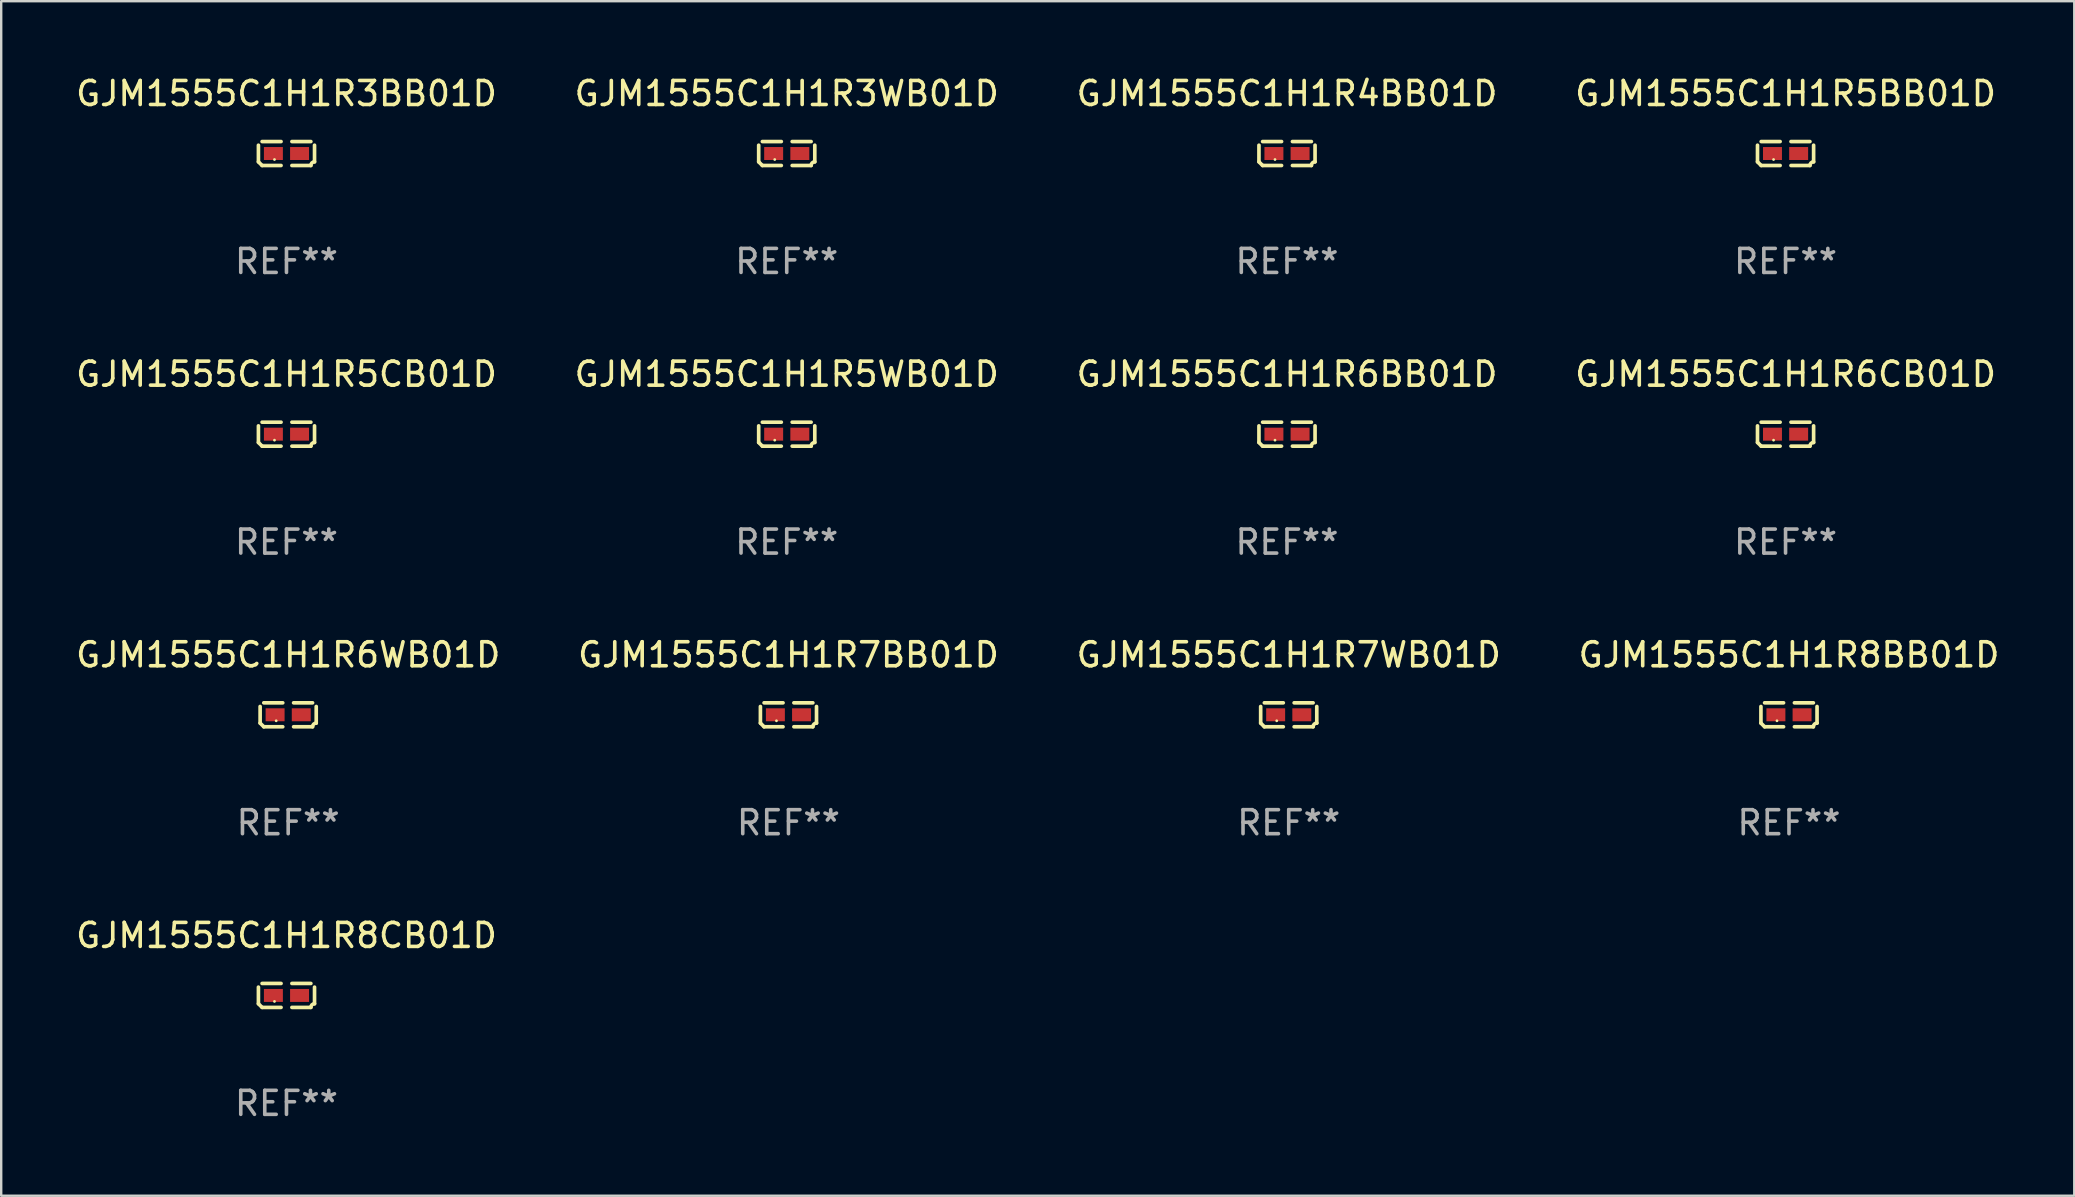
<source format=kicad_pcb>
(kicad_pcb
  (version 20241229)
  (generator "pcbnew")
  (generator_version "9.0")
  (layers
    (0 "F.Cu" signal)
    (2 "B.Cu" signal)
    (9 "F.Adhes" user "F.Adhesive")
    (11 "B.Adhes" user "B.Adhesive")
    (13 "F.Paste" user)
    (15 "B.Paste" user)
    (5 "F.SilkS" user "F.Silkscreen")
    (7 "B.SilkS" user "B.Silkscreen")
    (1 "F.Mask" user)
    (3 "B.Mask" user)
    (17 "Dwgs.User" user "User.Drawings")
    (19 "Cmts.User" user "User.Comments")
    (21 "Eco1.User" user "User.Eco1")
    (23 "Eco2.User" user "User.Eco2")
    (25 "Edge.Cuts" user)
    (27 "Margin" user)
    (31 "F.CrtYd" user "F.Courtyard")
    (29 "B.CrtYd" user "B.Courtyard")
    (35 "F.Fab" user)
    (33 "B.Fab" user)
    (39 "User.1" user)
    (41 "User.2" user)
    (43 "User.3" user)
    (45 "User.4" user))
  (footprint "GJM1555C1H1R8CB01D"
    (layer "F.Cu")
    (at 8.887 38.428)
    (property "Reference" "GJM1555C1H1R8CB01D" (at 0 -2.499 0) (layer "F.SilkS") (effects (font (size 1 1) (thickness 0.15))))
    (attr through_hole)
    (fp_line (start -1.169 0.346) (end -1.169 -0.346) (stroke (width 0.152) (type solid)) (layer "F.SilkS"))
    (fp_line (start -1.016 -0.499) (end -0.226 -0.499) (stroke (width 0.152) (type solid)) (layer "F.SilkS"))
    (fp_line (start -0.226 0.499) (end -1.016 0.499) (stroke (width 0.152) (type solid)) (layer "F.SilkS"))
    (fp_line (start 0.226 0.499) (end 1.016 0.499) (stroke (width 0.152) (type solid)) (layer "F.SilkS"))
    (fp_line (start 1.016 -0.499) (end 0.226 -0.499) (stroke (width 0.152) (type solid)) (layer "F.SilkS"))
    (fp_line (start 1.169 0.346) (end 1.169 -0.346) (stroke (width 0.152) (type solid)) (layer "F.SilkS"))
    (fp_arc (start -1.016307 0.498603) (mid -1.092512 0.422405) (end -1.16871 0.3462) (stroke (width 0.1524) (type solid)) (layer "F.SilkS"))
    (fp_arc (start 1.016307 0.498603) (mid 1.060899 0.390758) (end 1.168707 0.346076) (stroke (width 0.1524) (type solid)) (layer "F.SilkS"))
    (fp_circle (center -0.5 0.25) (end -0.47 0.25) (stroke (width 0.06) (type solid)) (fill no) (layer "F.SilkS"))
    (fp_text user "REF**" (at 0 4.499 0) (layer "F.Fab") (effects (font (size 1 1) (thickness 0.15))))
    (pad "1" smd rect (at -0.545 0) (size 0.79 0.54) (layers "F.Cu" "F.Mask" "F.Paste"))
    (pad "2" smd rect (at 0.545 0) (size 0.79 0.54) (layers "F.Cu" "F.Mask" "F.Paste")))
  (footprint "GJM1555C1H1R8BB01D"
    (layer "F.Cu")
    (at 71.494 26.734)
    (property "Reference" "GJM1555C1H1R8BB01D" (at 0 -2.499 0) (layer "F.SilkS") (effects (font (size 1 1) (thickness 0.15))))
    (attr through_hole)
    (fp_line (start -1.169 0.346) (end -1.169 -0.346) (stroke (width 0.152) (type solid)) (layer "F.SilkS"))
    (fp_line (start -1.016 -0.499) (end -0.226 -0.499) (stroke (width 0.152) (type solid)) (layer "F.SilkS"))
    (fp_line (start -0.226 0.499) (end -1.016 0.499) (stroke (width 0.152) (type solid)) (layer "F.SilkS"))
    (fp_line (start 0.226 0.499) (end 1.016 0.499) (stroke (width 0.152) (type solid)) (layer "F.SilkS"))
    (fp_line (start 1.016 -0.499) (end 0.226 -0.499) (stroke (width 0.152) (type solid)) (layer "F.SilkS"))
    (fp_line (start 1.169 0.346) (end 1.169 -0.346) (stroke (width 0.152) (type solid)) (layer "F.SilkS"))
    (fp_arc (start -1.016307 0.498603) (mid -1.092512 0.422405) (end -1.16871 0.3462) (stroke (width 0.1524) (type solid)) (layer "F.SilkS"))
    (fp_arc (start 1.016307 0.498603) (mid 1.060899 0.390758) (end 1.168707 0.346076) (stroke (width 0.1524) (type solid)) (layer "F.SilkS"))
    (fp_circle (center -0.5 0.25) (end -0.47 0.25) (stroke (width 0.06) (type solid)) (fill no) (layer "F.SilkS"))
    (fp_text user "REF**" (at 0 4.499 0) (layer "F.Fab") (effects (font (size 1 1) (thickness 0.15))))
    (pad "1" smd rect (at -0.545 0) (size 0.79 0.54) (layers "F.Cu" "F.Mask" "F.Paste"))
    (pad "2" smd rect (at 0.545 0) (size 0.79 0.54) (layers "F.Cu" "F.Mask" "F.Paste")))
  (footprint "GJM1555C1H1R3BB01D"
    (layer "F.Cu")
    (at 8.887 3.347)
    (property "Reference" "GJM1555C1H1R3BB01D" (at 0 -2.499 0) (layer "F.SilkS") (effects (font (size 1 1) (thickness 0.15))))
    (attr through_hole)
    (fp_line (start -1.169 0.346) (end -1.169 -0.346) (stroke (width 0.152) (type solid)) (layer "F.SilkS"))
    (fp_line (start -1.016 -0.499) (end -0.226 -0.499) (stroke (width 0.152) (type solid)) (layer "F.SilkS"))
    (fp_line (start -0.226 0.499) (end -1.016 0.499) (stroke (width 0.152) (type solid)) (layer "F.SilkS"))
    (fp_line (start 0.226 0.499) (end 1.016 0.499) (stroke (width 0.152) (type solid)) (layer "F.SilkS"))
    (fp_line (start 1.016 -0.499) (end 0.226 -0.499) (stroke (width 0.152) (type solid)) (layer "F.SilkS"))
    (fp_line (start 1.169 0.346) (end 1.169 -0.346) (stroke (width 0.152) (type solid)) (layer "F.SilkS"))
    (fp_arc (start -1.016307 0.498603) (mid -1.092512 0.422405) (end -1.16871 0.3462) (stroke (width 0.1524) (type solid)) (layer "F.SilkS"))
    (fp_arc (start 1.016307 0.498603) (mid 1.060899 0.390758) (end 1.168707 0.346076) (stroke (width 0.1524) (type solid)) (layer "F.SilkS"))
    (fp_circle (center -0.5 0.25) (end -0.47 0.25) (stroke (width 0.06) (type solid)) (fill no) (layer "F.SilkS"))
    (fp_text user "REF**" (at 0 4.499 0) (layer "F.Fab") (effects (font (size 1 1) (thickness 0.15))))
    (pad "1" smd rect (at -0.545 0) (size 0.79 0.54) (layers "F.Cu" "F.Mask" "F.Paste"))
    (pad "2" smd rect (at 0.545 0) (size 0.79 0.54) (layers "F.Cu" "F.Mask" "F.Paste")))
  (footprint "GJM1555C1H1R7WB01D"
    (layer "F.Cu")
    (at 50.649 26.734)
    (property "Reference" "GJM1555C1H1R7WB01D" (at 0 -2.499 0) (layer "F.SilkS") (effects (font (size 1 1) (thickness 0.15))))
    (attr through_hole)
    (fp_line (start -1.169 0.346) (end -1.169 -0.346) (stroke (width 0.152) (type solid)) (layer "F.SilkS"))
    (fp_line (start -1.016 -0.499) (end -0.226 -0.499) (stroke (width 0.152) (type solid)) (layer "F.SilkS"))
    (fp_line (start -0.226 0.499) (end -1.016 0.499) (stroke (width 0.152) (type solid)) (layer "F.SilkS"))
    (fp_line (start 0.226 0.499) (end 1.016 0.499) (stroke (width 0.152) (type solid)) (layer "F.SilkS"))
    (fp_line (start 1.016 -0.499) (end 0.226 -0.499) (stroke (width 0.152) (type solid)) (layer "F.SilkS"))
    (fp_line (start 1.169 0.346) (end 1.169 -0.346) (stroke (width 0.152) (type solid)) (layer "F.SilkS"))
    (fp_arc (start -1.016307 0.498603) (mid -1.092512 0.422405) (end -1.16871 0.3462) (stroke (width 0.1524) (type solid)) (layer "F.SilkS"))
    (fp_arc (start 1.016307 0.498603) (mid 1.060899 0.390758) (end 1.168707 0.346076) (stroke (width 0.1524) (type solid)) (layer "F.SilkS"))
    (fp_circle (center -0.5 0.25) (end -0.47 0.25) (stroke (width 0.06) (type solid)) (fill no) (layer "F.SilkS"))
    (fp_text user "REF**" (at 0 4.499 0) (layer "F.Fab") (effects (font (size 1 1) (thickness 0.15))))
    (pad "1" smd rect (at -0.545 0) (size 0.79 0.54) (layers "F.Cu" "F.Mask" "F.Paste"))
    (pad "2" smd rect (at 0.545 0) (size 0.79 0.54) (layers "F.Cu" "F.Mask" "F.Paste")))
  (footprint "GJM1555C1H1R3WB01D"
    (layer "F.Cu")
    (at 29.732 3.347)
    (property "Reference" "GJM1555C1H1R3WB01D" (at 0 -2.499 0) (layer "F.SilkS") (effects (font (size 1 1) (thickness 0.15))))
    (attr through_hole)
    (fp_line (start -1.169 0.346) (end -1.169 -0.346) (stroke (width 0.152) (type solid)) (layer "F.SilkS"))
    (fp_line (start -1.016 -0.499) (end -0.226 -0.499) (stroke (width 0.152) (type solid)) (layer "F.SilkS"))
    (fp_line (start -0.226 0.499) (end -1.016 0.499) (stroke (width 0.152) (type solid)) (layer "F.SilkS"))
    (fp_line (start 0.226 0.499) (end 1.016 0.499) (stroke (width 0.152) (type solid)) (layer "F.SilkS"))
    (fp_line (start 1.016 -0.499) (end 0.226 -0.499) (stroke (width 0.152) (type solid)) (layer "F.SilkS"))
    (fp_line (start 1.169 0.346) (end 1.169 -0.346) (stroke (width 0.152) (type solid)) (layer "F.SilkS"))
    (fp_arc (start -1.016307 0.498603) (mid -1.092512 0.422405) (end -1.16871 0.3462) (stroke (width 0.1524) (type solid)) (layer "F.SilkS"))
    (fp_arc (start 1.016307 0.498603) (mid 1.060899 0.390758) (end 1.168707 0.346076) (stroke (width 0.1524) (type solid)) (layer "F.SilkS"))
    (fp_circle (center -0.5 0.25) (end -0.47 0.25) (stroke (width 0.06) (type solid)) (fill no) (layer "F.SilkS"))
    (fp_text user "REF**" (at 0 4.499 0) (layer "F.Fab") (effects (font (size 1 1) (thickness 0.15))))
    (pad "1" smd rect (at -0.545 0) (size 0.79 0.54) (layers "F.Cu" "F.Mask" "F.Paste"))
    (pad "2" smd rect (at 0.545 0) (size 0.79 0.54) (layers "F.Cu" "F.Mask" "F.Paste")))
  (footprint "GJM1555C1H1R7BB01D"
    (layer "F.Cu")
    (at 29.804 26.734)
    (property "Reference" "GJM1555C1H1R7BB01D" (at 0 -2.499 0) (layer "F.SilkS") (effects (font (size 1 1) (thickness 0.15))))
    (attr through_hole)
    (fp_line (start -1.169 0.346) (end -1.169 -0.346) (stroke (width 0.152) (type solid)) (layer "F.SilkS"))
    (fp_line (start -1.016 -0.499) (end -0.226 -0.499) (stroke (width 0.152) (type solid)) (layer "F.SilkS"))
    (fp_line (start -0.226 0.499) (end -1.016 0.499) (stroke (width 0.152) (type solid)) (layer "F.SilkS"))
    (fp_line (start 0.226 0.499) (end 1.016 0.499) (stroke (width 0.152) (type solid)) (layer "F.SilkS"))
    (fp_line (start 1.016 -0.499) (end 0.226 -0.499) (stroke (width 0.152) (type solid)) (layer "F.SilkS"))
    (fp_line (start 1.169 0.346) (end 1.169 -0.346) (stroke (width 0.152) (type solid)) (layer "F.SilkS"))
    (fp_arc (start -1.016307 0.498603) (mid -1.092512 0.422405) (end -1.16871 0.3462) (stroke (width 0.1524) (type solid)) (layer "F.SilkS"))
    (fp_arc (start 1.016307 0.498603) (mid 1.060899 0.390758) (end 1.168707 0.346076) (stroke (width 0.1524) (type solid)) (layer "F.SilkS"))
    (fp_circle (center -0.5 0.25) (end -0.47 0.25) (stroke (width 0.06) (type solid)) (fill no) (layer "F.SilkS"))
    (fp_text user "REF**" (at 0 4.499 0) (layer "F.Fab") (effects (font (size 1 1) (thickness 0.15))))
    (pad "1" smd rect (at -0.545 0) (size 0.79 0.54) (layers "F.Cu" "F.Mask" "F.Paste"))
    (pad "2" smd rect (at 0.545 0) (size 0.79 0.54) (layers "F.Cu" "F.Mask" "F.Paste")))
  (footprint "GJM1555C1H1R6BB01D"
    (layer "F.Cu")
    (at 50.577 15.041)
    (property "Reference" "GJM1555C1H1R6BB01D" (at 0 -2.499 0) (layer "F.SilkS") (effects (font (size 1 1) (thickness 0.15))))
    (attr through_hole)
    (fp_line (start -1.169 0.346) (end -1.169 -0.346) (stroke (width 0.152) (type solid)) (layer "F.SilkS"))
    (fp_line (start -1.016 -0.499) (end -0.226 -0.499) (stroke (width 0.152) (type solid)) (layer "F.SilkS"))
    (fp_line (start -0.226 0.499) (end -1.016 0.499) (stroke (width 0.152) (type solid)) (layer "F.SilkS"))
    (fp_line (start 0.226 0.499) (end 1.016 0.499) (stroke (width 0.152) (type solid)) (layer "F.SilkS"))
    (fp_line (start 1.016 -0.499) (end 0.226 -0.499) (stroke (width 0.152) (type solid)) (layer "F.SilkS"))
    (fp_line (start 1.169 0.346) (end 1.169 -0.346) (stroke (width 0.152) (type solid)) (layer "F.SilkS"))
    (fp_arc (start -1.016307 0.498603) (mid -1.092512 0.422405) (end -1.16871 0.3462) (stroke (width 0.1524) (type solid)) (layer "F.SilkS"))
    (fp_arc (start 1.016307 0.498603) (mid 1.060899 0.390758) (end 1.168707 0.346076) (stroke (width 0.1524) (type solid)) (layer "F.SilkS"))
    (fp_circle (center -0.5 0.25) (end -0.47 0.25) (stroke (width 0.06) (type solid)) (fill no) (layer "F.SilkS"))
    (fp_text user "REF**" (at 0 4.499 0) (layer "F.Fab") (effects (font (size 1 1) (thickness 0.15))))
    (pad "1" smd rect (at -0.545 0) (size 0.79 0.54) (layers "F.Cu" "F.Mask" "F.Paste"))
    (pad "2" smd rect (at 0.545 0) (size 0.79 0.54) (layers "F.Cu" "F.Mask" "F.Paste")))
  (footprint "GJM1555C1H1R6CB01D"
    (layer "F.Cu")
    (at 71.351 15.041)
    (property "Reference" "GJM1555C1H1R6CB01D" (at 0 -2.499 0) (layer "F.SilkS") (effects (font (size 1 1) (thickness 0.15))))
    (attr through_hole)
    (fp_line (start -1.169 0.346) (end -1.169 -0.346) (stroke (width 0.152) (type solid)) (layer "F.SilkS"))
    (fp_line (start -1.016 -0.499) (end -0.226 -0.499) (stroke (width 0.152) (type solid)) (layer "F.SilkS"))
    (fp_line (start -0.226 0.499) (end -1.016 0.499) (stroke (width 0.152) (type solid)) (layer "F.SilkS"))
    (fp_line (start 0.226 0.499) (end 1.016 0.499) (stroke (width 0.152) (type solid)) (layer "F.SilkS"))
    (fp_line (start 1.016 -0.499) (end 0.226 -0.499) (stroke (width 0.152) (type solid)) (layer "F.SilkS"))
    (fp_line (start 1.169 0.346) (end 1.169 -0.346) (stroke (width 0.152) (type solid)) (layer "F.SilkS"))
    (fp_arc (start -1.016307 0.498603) (mid -1.092512 0.422405) (end -1.16871 0.3462) (stroke (width 0.1524) (type solid)) (layer "F.SilkS"))
    (fp_arc (start 1.016307 0.498603) (mid 1.060899 0.390758) (end 1.168707 0.346076) (stroke (width 0.1524) (type solid)) (layer "F.SilkS"))
    (fp_circle (center -0.5 0.25) (end -0.47 0.25) (stroke (width 0.06) (type solid)) (fill no) (layer "F.SilkS"))
    (fp_text user "REF**" (at 0 4.499 0) (layer "F.Fab") (effects (font (size 1 1) (thickness 0.15))))
    (pad "1" smd rect (at -0.545 0) (size 0.79 0.54) (layers "F.Cu" "F.Mask" "F.Paste"))
    (pad "2" smd rect (at 0.545 0) (size 0.79 0.54) (layers "F.Cu" "F.Mask" "F.Paste")))
  (footprint "GJM1555C1H1R4BB01D"
    (layer "F.Cu")
    (at 50.577 3.347)
    (property "Reference" "GJM1555C1H1R4BB01D" (at 0 -2.499 0) (layer "F.SilkS") (effects (font (size 1 1) (thickness 0.15))))
    (attr through_hole)
    (fp_line (start -1.169 0.346) (end -1.169 -0.346) (stroke (width 0.152) (type solid)) (layer "F.SilkS"))
    (fp_line (start -1.016 -0.499) (end -0.226 -0.499) (stroke (width 0.152) (type solid)) (layer "F.SilkS"))
    (fp_line (start -0.226 0.499) (end -1.016 0.499) (stroke (width 0.152) (type solid)) (layer "F.SilkS"))
    (fp_line (start 0.226 0.499) (end 1.016 0.499) (stroke (width 0.152) (type solid)) (layer "F.SilkS"))
    (fp_line (start 1.016 -0.499) (end 0.226 -0.499) (stroke (width 0.152) (type solid)) (layer "F.SilkS"))
    (fp_line (start 1.169 0.346) (end 1.169 -0.346) (stroke (width 0.152) (type solid)) (layer "F.SilkS"))
    (fp_arc (start -1.016307 0.498603) (mid -1.092512 0.422405) (end -1.16871 0.3462) (stroke (width 0.1524) (type solid)) (layer "F.SilkS"))
    (fp_arc (start 1.016307 0.498603) (mid 1.060899 0.390758) (end 1.168707 0.346076) (stroke (width 0.1524) (type solid)) (layer "F.SilkS"))
    (fp_circle (center -0.5 0.25) (end -0.47 0.25) (stroke (width 0.06) (type solid)) (fill no) (layer "F.SilkS"))
    (fp_text user "REF**" (at 0 4.499 0) (layer "F.Fab") (effects (font (size 1 1) (thickness 0.15))))
    (pad "1" smd rect (at -0.545 0) (size 0.79 0.54) (layers "F.Cu" "F.Mask" "F.Paste"))
    (pad "2" smd rect (at 0.545 0) (size 0.79 0.54) (layers "F.Cu" "F.Mask" "F.Paste")))
  (footprint "GJM1555C1H1R5CB01D"
    (layer "F.Cu")
    (at 8.887 15.041)
    (property "Reference" "GJM1555C1H1R5CB01D" (at 0 -2.499 0) (layer "F.SilkS") (effects (font (size 1 1) (thickness 0.15))))
    (attr through_hole)
    (fp_line (start -1.169 0.346) (end -1.169 -0.346) (stroke (width 0.152) (type solid)) (layer "F.SilkS"))
    (fp_line (start -1.016 -0.499) (end -0.226 -0.499) (stroke (width 0.152) (type solid)) (layer "F.SilkS"))
    (fp_line (start -0.226 0.499) (end -1.016 0.499) (stroke (width 0.152) (type solid)) (layer "F.SilkS"))
    (fp_line (start 0.226 0.499) (end 1.016 0.499) (stroke (width 0.152) (type solid)) (layer "F.SilkS"))
    (fp_line (start 1.016 -0.499) (end 0.226 -0.499) (stroke (width 0.152) (type solid)) (layer "F.SilkS"))
    (fp_line (start 1.169 0.346) (end 1.169 -0.346) (stroke (width 0.152) (type solid)) (layer "F.SilkS"))
    (fp_arc (start -1.016307 0.498603) (mid -1.092512 0.422405) (end -1.16871 0.3462) (stroke (width 0.1524) (type solid)) (layer "F.SilkS"))
    (fp_arc (start 1.016307 0.498603) (mid 1.060899 0.390758) (end 1.168707 0.346076) (stroke (width 0.1524) (type solid)) (layer "F.SilkS"))
    (fp_circle (center -0.5 0.25) (end -0.47 0.25) (stroke (width 0.06) (type solid)) (fill no) (layer "F.SilkS"))
    (fp_text user "REF**" (at 0 4.499 0) (layer "F.Fab") (effects (font (size 1 1) (thickness 0.15))))
    (pad "1" smd rect (at -0.545 0) (size 0.79 0.54) (layers "F.Cu" "F.Mask" "F.Paste"))
    (pad "2" smd rect (at 0.545 0) (size 0.79 0.54) (layers "F.Cu" "F.Mask" "F.Paste")))
  (footprint "GJM1555C1H1R5WB01D"
    (layer "F.Cu")
    (at 29.732 15.041)
    (property "Reference" "GJM1555C1H1R5WB01D" (at 0 -2.499 0) (layer "F.SilkS") (effects (font (size 1 1) (thickness 0.15))))
    (attr through_hole)
    (fp_line (start -1.169 0.346) (end -1.169 -0.346) (stroke (width 0.152) (type solid)) (layer "F.SilkS"))
    (fp_line (start -1.016 -0.499) (end -0.226 -0.499) (stroke (width 0.152) (type solid)) (layer "F.SilkS"))
    (fp_line (start -0.226 0.499) (end -1.016 0.499) (stroke (width 0.152) (type solid)) (layer "F.SilkS"))
    (fp_line (start 0.226 0.499) (end 1.016 0.499) (stroke (width 0.152) (type solid)) (layer "F.SilkS"))
    (fp_line (start 1.016 -0.499) (end 0.226 -0.499) (stroke (width 0.152) (type solid)) (layer "F.SilkS"))
    (fp_line (start 1.169 0.346) (end 1.169 -0.346) (stroke (width 0.152) (type solid)) (layer "F.SilkS"))
    (fp_arc (start -1.016307 0.498603) (mid -1.092512 0.422405) (end -1.16871 0.3462) (stroke (width 0.1524) (type solid)) (layer "F.SilkS"))
    (fp_arc (start 1.016307 0.498603) (mid 1.060899 0.390758) (end 1.168707 0.346076) (stroke (width 0.1524) (type solid)) (layer "F.SilkS"))
    (fp_circle (center -0.5 0.25) (end -0.47 0.25) (stroke (width 0.06) (type solid)) (fill no) (layer "F.SilkS"))
    (fp_text user "REF**" (at 0 4.499 0) (layer "F.Fab") (effects (font (size 1 1) (thickness 0.15))))
    (pad "1" smd rect (at -0.545 0) (size 0.79 0.54) (layers "F.Cu" "F.Mask" "F.Paste"))
    (pad "2" smd rect (at 0.545 0) (size 0.79 0.54) (layers "F.Cu" "F.Mask" "F.Paste")))
  (footprint "GJM1555C1H1R5BB01D"
    (layer "F.Cu")
    (at 71.351 3.347)
    (property "Reference" "GJM1555C1H1R5BB01D" (at 0 -2.499 0) (layer "F.SilkS") (effects (font (size 1 1) (thickness 0.15))))
    (attr through_hole)
    (fp_line (start -1.169 0.346) (end -1.169 -0.346) (stroke (width 0.152) (type solid)) (layer "F.SilkS"))
    (fp_line (start -1.016 -0.499) (end -0.226 -0.499) (stroke (width 0.152) (type solid)) (layer "F.SilkS"))
    (fp_line (start -0.226 0.499) (end -1.016 0.499) (stroke (width 0.152) (type solid)) (layer "F.SilkS"))
    (fp_line (start 0.226 0.499) (end 1.016 0.499) (stroke (width 0.152) (type solid)) (layer "F.SilkS"))
    (fp_line (start 1.016 -0.499) (end 0.226 -0.499) (stroke (width 0.152) (type solid)) (layer "F.SilkS"))
    (fp_line (start 1.169 0.346) (end 1.169 -0.346) (stroke (width 0.152) (type solid)) (layer "F.SilkS"))
    (fp_arc (start -1.016307 0.498603) (mid -1.092512 0.422405) (end -1.16871 0.3462) (stroke (width 0.1524) (type solid)) (layer "F.SilkS"))
    (fp_arc (start 1.016307 0.498603) (mid 1.060899 0.390758) (end 1.168707 0.346076) (stroke (width 0.1524) (type solid)) (layer "F.SilkS"))
    (fp_circle (center -0.5 0.25) (end -0.47 0.25) (stroke (width 0.06) (type solid)) (fill no) (layer "F.SilkS"))
    (fp_text user "REF**" (at 0 4.499 0) (layer "F.Fab") (effects (font (size 1 1) (thickness 0.15))))
    (pad "1" smd rect (at -0.545 0) (size 0.79 0.54) (layers "F.Cu" "F.Mask" "F.Paste"))
    (pad "2" smd rect (at 0.545 0) (size 0.79 0.54) (layers "F.Cu" "F.Mask" "F.Paste")))
  (footprint "GJM1555C1H1R6WB01D"
    (layer "F.Cu")
    (at 8.958 26.734)
    (property "Reference" "GJM1555C1H1R6WB01D" (at 0 -2.499 0) (layer "F.SilkS") (effects (font (size 1 1) (thickness 0.15))))
    (attr through_hole)
    (fp_line (start -1.169 0.346) (end -1.169 -0.346) (stroke (width 0.152) (type solid)) (layer "F.SilkS"))
    (fp_line (start -1.016 -0.499) (end -0.226 -0.499) (stroke (width 0.152) (type solid)) (layer "F.SilkS"))
    (fp_line (start -0.226 0.499) (end -1.016 0.499) (stroke (width 0.152) (type solid)) (layer "F.SilkS"))
    (fp_line (start 0.226 0.499) (end 1.016 0.499) (stroke (width 0.152) (type solid)) (layer "F.SilkS"))
    (fp_line (start 1.016 -0.499) (end 0.226 -0.499) (stroke (width 0.152) (type solid)) (layer "F.SilkS"))
    (fp_line (start 1.169 0.346) (end 1.169 -0.346) (stroke (width 0.152) (type solid)) (layer "F.SilkS"))
    (fp_arc (start -1.016307 0.498603) (mid -1.092512 0.422405) (end -1.16871 0.3462) (stroke (width 0.1524) (type solid)) (layer "F.SilkS"))
    (fp_arc (start 1.016307 0.498603) (mid 1.060899 0.390758) (end 1.168707 0.346076) (stroke (width 0.1524) (type solid)) (layer "F.SilkS"))
    (fp_circle (center -0.5 0.25) (end -0.47 0.25) (stroke (width 0.06) (type solid)) (fill no) (layer "F.SilkS"))
    (fp_text user "REF**" (at 0 4.499 0) (layer "F.Fab") (effects (font (size 1 1) (thickness 0.15))))
    (pad "1" smd rect (at -0.545 0) (size 0.79 0.54) (layers "F.Cu" "F.Mask" "F.Paste"))
    (pad "2" smd rect (at 0.545 0) (size 0.79 0.54) (layers "F.Cu" "F.Mask" "F.Paste")))
  (gr_rect
    (start -3 -3)
    (end 83.381 46.775)
    (stroke (width 0.1) (type default))
    (fill no)
    (layer "Edge.Cuts")))
</source>
